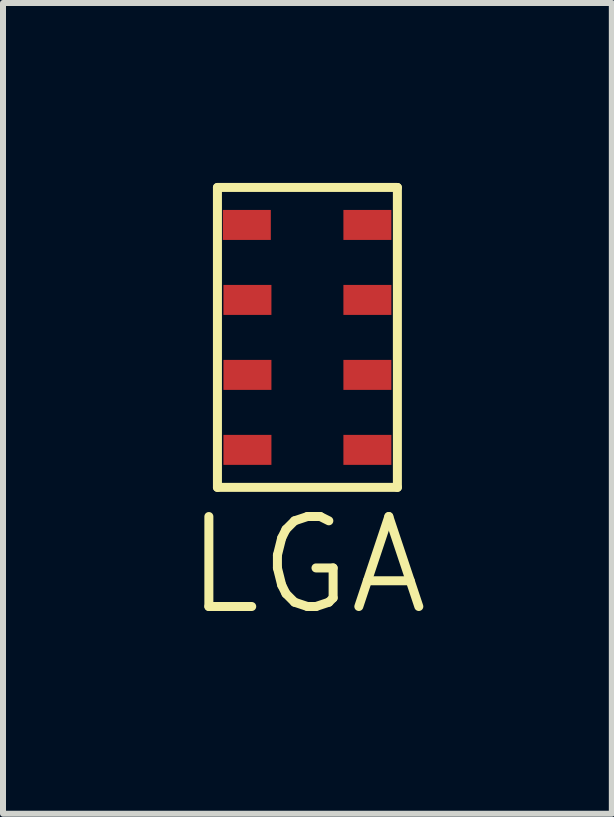
<source format=kicad_pcb>
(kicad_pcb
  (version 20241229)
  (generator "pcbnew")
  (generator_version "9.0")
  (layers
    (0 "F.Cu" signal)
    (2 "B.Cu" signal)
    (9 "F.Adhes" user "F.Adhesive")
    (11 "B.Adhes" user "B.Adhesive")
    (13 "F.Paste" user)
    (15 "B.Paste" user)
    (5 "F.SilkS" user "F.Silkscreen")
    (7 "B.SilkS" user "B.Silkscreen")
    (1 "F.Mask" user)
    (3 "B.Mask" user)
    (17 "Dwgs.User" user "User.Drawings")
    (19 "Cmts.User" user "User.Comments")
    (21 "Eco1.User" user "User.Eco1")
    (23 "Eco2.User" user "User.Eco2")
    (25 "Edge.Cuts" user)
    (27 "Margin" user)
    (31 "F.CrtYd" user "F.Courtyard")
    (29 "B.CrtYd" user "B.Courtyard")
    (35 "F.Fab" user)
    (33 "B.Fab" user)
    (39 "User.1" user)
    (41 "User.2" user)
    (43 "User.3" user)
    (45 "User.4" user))
  (footprint "LGA"
    (layer "F.Cu")
    (at 2.075 2.575)
    (property "Reference" "LGA" (at 0 3.8 0) (layer "F.SilkS") (effects (font (size 1.5 1.5) (thickness 0.15))))
    (attr through_hole)
    (fp_line (start -1.5 -2.5) (end 1.5 -2.5) (stroke (width 0.15) (type solid)) (layer "F.SilkS"))
    (fp_line (start -1.5 2.5) (end -1.5 -2.5) (stroke (width 0.15) (type solid)) (layer "F.SilkS"))
    (fp_line (start 1.5 -2.5) (end 1.5 2.5) (stroke (width 0.15) (type solid)) (layer "F.SilkS"))
    (fp_line (start 1.5 2.5) (end -1.5 2.5) (stroke (width 0.15) (type solid)) (layer "F.SilkS"))
    (pad "1" smd rect (at -1.01 -1.875) (size 0.8 0.5) (layers "F.Cu" "F.Mask" "F.Paste"))
    (pad "2" smd rect (at -1 -0.625) (size 0.8 0.5) (layers "F.Cu" "F.Mask" "F.Paste"))
    (pad "3" smd rect (at -1 0.625) (size 0.8 0.5) (layers "F.Cu" "F.Mask" "F.Paste"))
    (pad "4" smd rect (at -1 1.875) (size 0.8 0.5) (layers "F.Cu" "F.Mask" "F.Paste"))
    (pad "5" smd rect (at 1 1.875) (size 0.8 0.5) (layers "F.Cu" "F.Mask" "F.Paste"))
    (pad "6" smd rect (at 1 0.625) (size 0.8 0.5) (layers "F.Cu" "F.Mask" "F.Paste"))
    (pad "7" smd rect (at 1 -0.625) (size 0.8 0.5) (layers "F.Cu" "F.Mask" "F.Paste"))
    (pad "8" smd rect (at 1 -1.875) (size 0.8 0.5) (layers "F.Cu" "F.Mask" "F.Paste")))
  (gr_rect
    (start -3 -3)
    (end 7.15 10.516)
    (stroke (width 0.1) (type default))
    (fill no)
    (layer "Edge.Cuts")))
</source>
